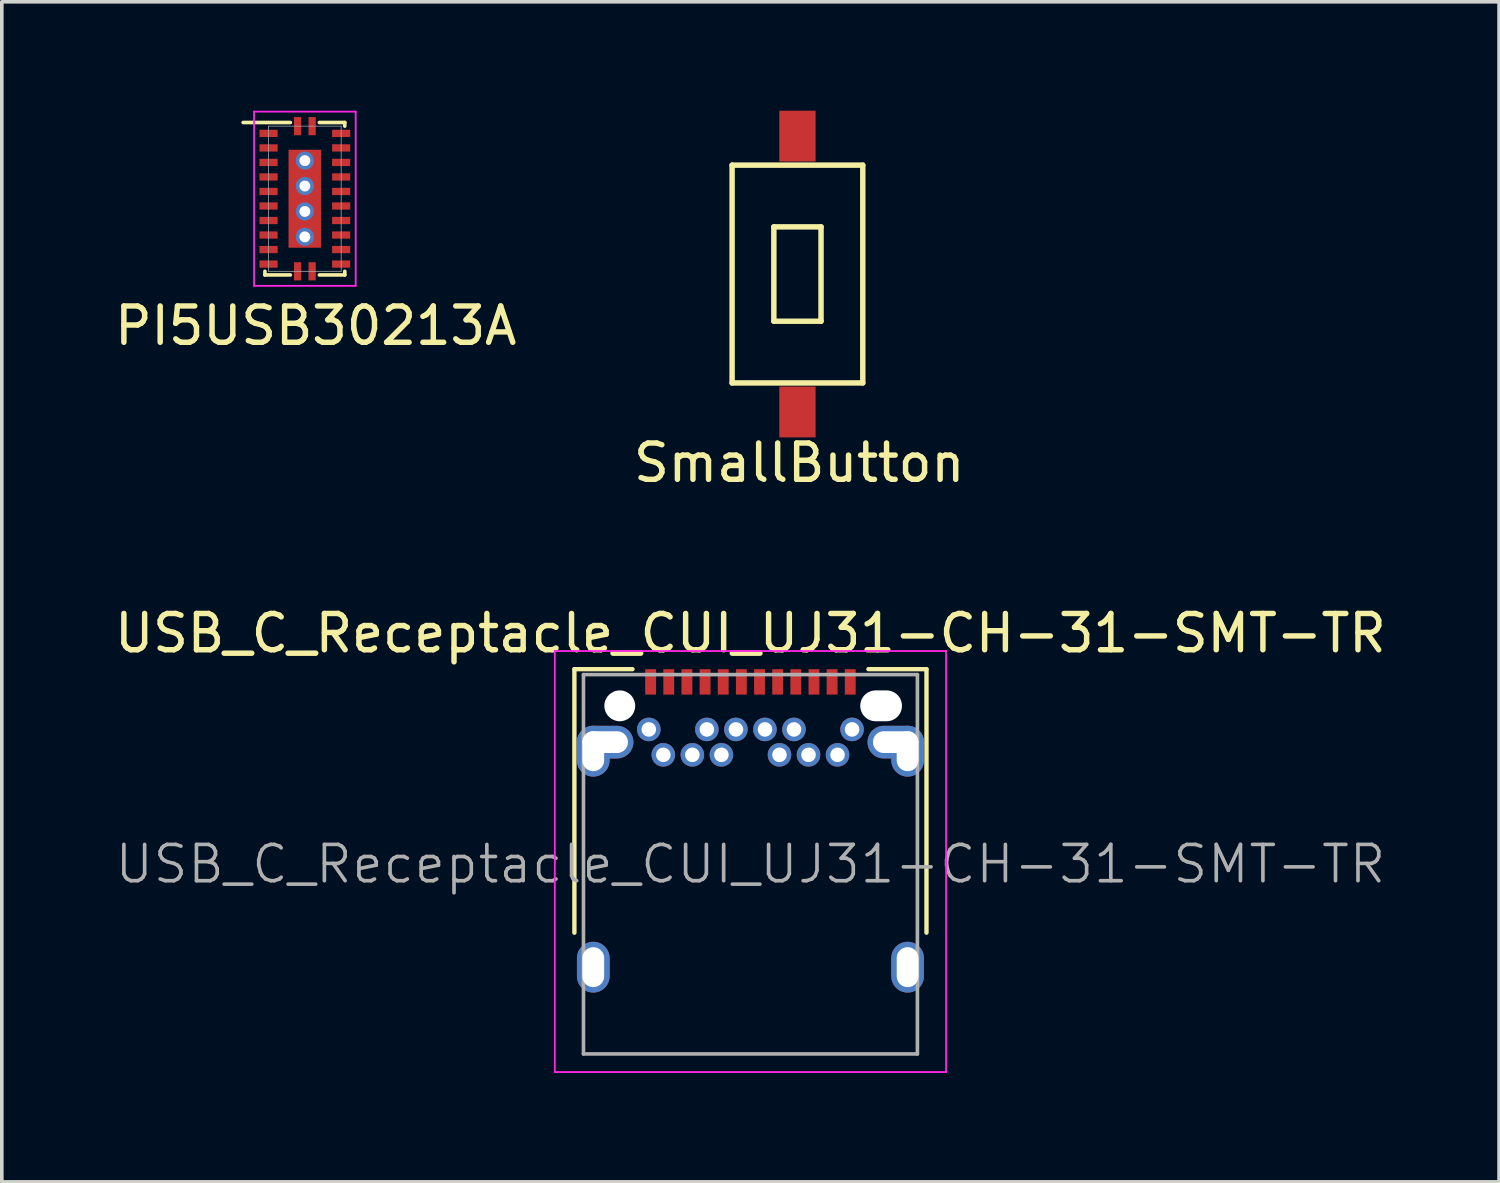
<source format=kicad_pcb>
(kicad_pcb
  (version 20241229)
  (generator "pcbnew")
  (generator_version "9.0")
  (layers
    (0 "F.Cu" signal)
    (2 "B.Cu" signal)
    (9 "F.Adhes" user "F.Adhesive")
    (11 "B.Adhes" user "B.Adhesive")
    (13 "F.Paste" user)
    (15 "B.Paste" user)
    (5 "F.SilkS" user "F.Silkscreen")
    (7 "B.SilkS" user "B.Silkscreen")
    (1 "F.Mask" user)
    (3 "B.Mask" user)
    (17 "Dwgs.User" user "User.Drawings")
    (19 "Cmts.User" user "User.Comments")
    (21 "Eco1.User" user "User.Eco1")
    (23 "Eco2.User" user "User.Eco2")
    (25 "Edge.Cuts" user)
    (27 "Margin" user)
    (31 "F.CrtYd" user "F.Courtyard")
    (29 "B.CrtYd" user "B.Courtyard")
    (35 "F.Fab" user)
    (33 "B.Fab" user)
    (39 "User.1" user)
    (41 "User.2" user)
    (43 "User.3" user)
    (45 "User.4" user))
  (footprint "USB_C_Receptacle_CUI_UJ31-CH-31-SMT-TR"
    (layer "F.Cu")
    (at 17.625 16.396)
    (property "Reference" "USB_C_Receptacle_CUI_UJ31-CH-31-SMT-TR" (at 0 -2 0) (layer "F.SilkS") (effects (font (size 1 1) (thickness 0.15))))
    (attr smd)
    (fp_line (start -4.85 -1.01) (end -4.85 6.25) (stroke (width 0.12) (type solid)) (layer "F.SilkS"))
    (fp_line (start -4.85 -1.01) (end -3.25 -1.01) (stroke (width 0.12) (type solid)) (layer "F.SilkS"))
    (fp_line (start 3.25 -1.01) (end 4.85 -1.01) (stroke (width 0.12) (type solid)) (layer "F.SilkS"))
    (fp_line (start 4.85 -1.01) (end 4.85 6.25) (stroke (width 0.12) (type solid)) (layer "F.SilkS"))
    (fp_line (start -5.39 -1.51) (end 5.39 -1.51) (stroke (width 0.05) (type solid)) (layer "F.CrtYd"))
    (fp_line (start -5.39 10.09) (end -5.39 -1.51) (stroke (width 0.05) (type solid)) (layer "F.CrtYd"))
    (fp_line (start 5.39 -1.51) (end 5.39 10.09) (stroke (width 0.05) (type solid)) (layer "F.CrtYd"))
    (fp_line (start 5.39 10.09) (end -5.39 10.09) (stroke (width 0.05) (type solid)) (layer "F.CrtYd"))
    (fp_line (start -4.6 -0.86) (end 4.6 -0.86) (stroke (width 0.1) (type solid)) (layer "F.Fab"))
    (fp_line (start -4.6 9.59) (end -4.6 -0.86) (stroke (width 0.1) (type solid)) (layer "F.Fab"))
    (fp_line (start -4.6 9.59) (end 4.6 9.59) (stroke (width 0.1) (type solid)) (layer "F.Fab"))
    (fp_line (start 4.6 9.59) (end 4.6 -0.86) (stroke (width 0.1) (type solid)) (layer "F.Fab"))
    (fp_text user "${REFERENCE}" (at 0 4.36 0) (layer "F.Fab") (effects (font (size 1 1) (thickness 0.1))))
    (pad "" np_thru_hole circle (at -3.6 0) (size 0.85 0.85) (drill 0.85) (layers "*.Cu" "*.Mask"))
    (pad "" np_thru_hole oval (at 3.6 0) (size 1.15 0.85) (drill oval 1.15 0.85) (layers "*.Cu" "*.Mask"))
    (pad "A1" smd rect (at -2.75 -0.66) (size 0.3 0.7) (layers "F.Cu" "F.Mask" "F.Paste"))
    (pad "A2" smd rect (at -2.25 -0.66) (size 0.3 0.7) (layers "F.Cu" "F.Mask" "F.Paste"))
    (pad "A3" smd rect (at -1.75 -0.66) (size 0.3 0.7) (layers "F.Cu" "F.Mask" "F.Paste"))
    (pad "A4" smd rect (at -1.25 -0.66) (size 0.3 0.7) (layers "F.Cu" "F.Mask" "F.Paste"))
    (pad "A5" smd rect (at -0.75 -0.66) (size 0.3 0.7) (layers "F.Cu" "F.Mask" "F.Paste"))
    (pad "A6" smd rect (at -0.25 -0.66) (size 0.3 0.7) (layers "F.Cu" "F.Mask" "F.Paste"))
    (pad "A7" smd rect (at 0.25 -0.66) (size 0.3 0.7) (layers "F.Cu" "F.Mask" "F.Paste"))
    (pad "A8" smd rect (at 0.75 -0.66) (size 0.3 0.7) (layers "F.Cu" "F.Mask" "F.Paste"))
    (pad "A9" smd rect (at 1.25 -0.66) (size 0.3 0.7) (layers "F.Cu" "F.Mask" "F.Paste"))
    (pad "A10" smd rect (at 1.75 -0.66) (size 0.3 0.7) (layers "F.Cu" "F.Mask" "F.Paste"))
    (pad "A11" smd rect (at 2.25 -0.66) (size 0.3 0.7) (layers "F.Cu" "F.Mask" "F.Paste"))
    (pad "A12" smd rect (at 2.75 -0.66) (size 0.3 0.7) (layers "F.Cu" "F.Mask" "F.Paste"))
    (pad "B1" thru_hole circle (at 2.8 0.65) (size 0.65 0.65) (drill 0.4) (layers "*.Cu" "*.Mask"))
    (pad "B2" thru_hole circle (at 2.4 1.35) (size 0.65 0.65) (drill 0.4) (layers "*.Cu" "*.Mask"))
    (pad "B3" thru_hole circle (at 1.6 1.35) (size 0.65 0.65) (drill 0.4) (layers "*.Cu" "*.Mask"))
    (pad "B4" thru_hole circle (at 1.2 0.65) (size 0.65 0.65) (drill 0.4) (layers "*.Cu" "*.Mask"))
    (pad "B5" thru_hole circle (at 0.8 1.35) (size 0.65 0.65) (drill 0.4) (layers "*.Cu" "*.Mask"))
    (pad "B6" thru_hole circle (at 0.4 0.65) (size 0.65 0.65) (drill 0.4) (layers "*.Cu" "*.Mask"))
    (pad "B7" thru_hole circle (at -0.4 0.65) (size 0.65 0.65) (drill 0.4) (layers "*.Cu" "*.Mask"))
    (pad "B8" thru_hole circle (at -0.8 1.35) (size 0.65 0.65) (drill 0.4) (layers "*.Cu" "*.Mask"))
    (pad "B9" thru_hole circle (at -1.2 0.65) (size 0.65 0.65) (drill 0.4) (layers "*.Cu" "*.Mask"))
    (pad "B10" thru_hole circle (at -1.6 1.35) (size 0.65 0.65) (drill 0.4) (layers "*.Cu" "*.Mask"))
    (pad "B11" thru_hole circle (at -2.4 1.35) (size 0.65 0.65) (drill 0.4) (layers "*.Cu" "*.Mask"))
    (pad "B12" thru_hole circle (at -2.8 0.65) (size 0.65 0.65) (drill 0.4) (layers "*.Cu" "*.Mask"))
    (pad "S1" thru_hole oval (at -4.33 1.25) (size 0.9 1.4) (drill oval 0.6 1.1) (layers "*.Cu" "*.Mask"))
    (pad "S1" thru_hole oval (at -4.33 7.2) (size 0.9 1.4) (drill oval 0.6 1.1) (layers "*.Cu" "*.Mask"))
    (pad "S1" thru_hole oval (at -4 1) (size 1.55 0.9) (drill oval 1.25 0.6) (layers "*.Cu" "*.Mask"))
    (pad "S1" thru_hole oval (at 4 1) (size 1.55 0.9) (drill oval 1.25 0.6) (layers "*.Cu" "*.Mask"))
    (pad "S1" thru_hole oval (at 4.33 1.25) (size 0.9 1.4) (drill oval 0.6 1.1) (layers "*.Cu" "*.Mask"))
    (pad "S1" thru_hole oval (at 4.33 7.2) (size 0.9 1.4) (drill oval 0.6 1.1) (layers "*.Cu" "*.Mask")))
  (footprint "PI5USB30213A"
    (layer "F.Cu")
    (at 5.349 2.425)
    (property "Reference" "PI5USB30213A" (at 0.3 3.5 0) (layer "F.SilkS") (effects (font (size 1 1) (thickness 0.15))))
    (attr through_hole)
    (fp_line (start -1.7 -2.1) (end -0.4 -2.1) (stroke (width 0.1) (type solid)) (layer "F.SilkS"))
    (fp_line (start -1.1 2.1) (end -1.1 2) (stroke (width 0.1) (type solid)) (layer "F.SilkS"))
    (fp_line (start -0.4 2.1) (end -1.1 2.1) (stroke (width 0.1) (type solid)) (layer "F.SilkS"))
    (fp_line (start 0.4 -2.1) (end 1.1 -2.1) (stroke (width 0.1) (type solid)) (layer "F.SilkS"))
    (fp_line (start 1.1 -2.1) (end 1.1 -2) (stroke (width 0.1) (type solid)) (layer "F.SilkS"))
    (fp_line (start 1.1 2) (end 1.1 2.1) (stroke (width 0.1) (type solid)) (layer "F.SilkS"))
    (fp_line (start 1.1 2.1) (end 0.4 2.1) (stroke (width 0.1) (type solid)) (layer "F.SilkS"))
    (fp_line (start -1.4 -2.4) (end 1.4 -2.4) (stroke (width 0.05) (type solid)) (layer "F.CrtYd"))
    (fp_line (start -1.4 2.4) (end -1.4 -2.4) (stroke (width 0.05) (type solid)) (layer "F.CrtYd"))
    (fp_line (start 1.4 -2.4) (end 1.4 2.4) (stroke (width 0.05) (type solid)) (layer "F.CrtYd"))
    (fp_line (start 1.4 2.4) (end -1.4 2.4) (stroke (width 0.05) (type solid)) (layer "F.CrtYd"))
    (fp_line (start -1 -2) (end 1 -2) (stroke (width 0.02) (type solid)) (layer "F.Fab"))
    (fp_line (start -1 2) (end -1 -2) (stroke (width 0.02) (type solid)) (layer "F.Fab"))
    (fp_line (start 1 -2) (end 1 2) (stroke (width 0.02) (type solid)) (layer "F.Fab"))
    (fp_line (start 1 2) (end -1 2) (stroke (width 0.02) (type solid)) (layer "F.Fab"))
    (pad "1" smd rect (at -1 -1.8) (size 0.5 0.2) (layers "F.Cu" "F.Mask" "F.Paste"))
    (pad "2" smd rect (at -1 -1.4) (size 0.5 0.2) (layers "F.Cu" "F.Mask" "F.Paste"))
    (pad "3" smd rect (at -1 -1) (size 0.5 0.2) (layers "F.Cu" "F.Mask" "F.Paste"))
    (pad "4" smd rect (at -1 -0.6) (size 0.5 0.2) (layers "F.Cu" "F.Mask" "F.Paste"))
    (pad "5" smd rect (at -1 -0.2) (size 0.5 0.2) (layers "F.Cu" "F.Mask" "F.Paste"))
    (pad "6" smd rect (at -1 0.2) (size 0.5 0.2) (layers "F.Cu" "F.Mask" "F.Paste"))
    (pad "7" smd rect (at -1 0.6) (size 0.5 0.2) (layers "F.Cu" "F.Mask" "F.Paste"))
    (pad "8" smd rect (at -1 1) (size 0.5 0.2) (layers "F.Cu" "F.Mask" "F.Paste"))
    (pad "9" smd rect (at -1 1.4) (size 0.5 0.2) (layers "F.Cu" "F.Mask" "F.Paste"))
    (pad "10" smd rect (at -1 1.8) (size 0.5 0.2) (layers "F.Cu" "F.Mask" "F.Paste"))
    (pad "11" smd rect (at -0.2 2) (size 0.2 0.5) (layers "F.Cu" "F.Mask" "F.Paste"))
    (pad "12" smd rect (at 0.2 2) (size 0.2 0.5) (layers "F.Cu" "F.Mask" "F.Paste"))
    (pad "13" smd rect (at 1 1.8) (size 0.5 0.2) (layers "F.Cu" "F.Mask" "F.Paste"))
    (pad "14" smd rect (at 1 1.4) (size 0.5 0.2) (layers "F.Cu" "F.Mask" "F.Paste"))
    (pad "15" smd rect (at 1 1) (size 0.5 0.2) (layers "F.Cu" "F.Mask" "F.Paste"))
    (pad "16" smd rect (at 1 0.6) (size 0.5 0.2) (layers "F.Cu" "F.Mask" "F.Paste"))
    (pad "17" smd rect (at 1 0.2) (size 0.5 0.2) (layers "F.Cu" "F.Mask" "F.Paste"))
    (pad "18" smd rect (at 1 -0.2) (size 0.5 0.2) (layers "F.Cu" "F.Mask" "F.Paste"))
    (pad "19" smd rect (at 1 -0.6) (size 0.5 0.2) (layers "F.Cu" "F.Mask" "F.Paste"))
    (pad "20" smd rect (at 1 -1) (size 0.5 0.2) (layers "F.Cu" "F.Mask" "F.Paste"))
    (pad "21" smd rect (at 1 -1.4) (size 0.5 0.2) (layers "F.Cu" "F.Mask" "F.Paste"))
    (pad "22" smd rect (at 1 -1.8) (size 0.5 0.2) (layers "F.Cu" "F.Mask" "F.Paste"))
    (pad "23" smd rect (at 0.2 -2) (size 0.2 0.5) (layers "F.Cu" "F.Mask" "F.Paste"))
    (pad "24" smd rect (at -0.2 -2) (size 0.2 0.5) (layers "F.Cu" "F.Mask" "F.Paste"))
    (pad "PAD" smd rect (at -0.225 -1.125) (size 0.3 0.3) (layers "F.Cu" "F.Paste"))
    (pad "PAD" smd rect (at -0.225 -0.675) (size 0.3 0.3) (layers "F.Cu" "F.Paste"))
    (pad "PAD" smd rect (at -0.225 -0.225) (size 0.3 0.3) (layers "F.Cu" "F.Paste"))
    (pad "PAD" smd rect (at -0.225 0.225) (size 0.3 0.3) (layers "F.Cu" "F.Paste"))
    (pad "PAD" smd rect (at -0.225 0.675) (size 0.3 0.3) (layers "F.Cu" "F.Paste"))
    (pad "PAD" smd rect (at -0.225 1.125) (size 0.3 0.3) (layers "F.Cu" "F.Paste"))
    (pad "PAD" thru_hole circle (at 0 -1.05) (size 0.5 0.5) (drill 0.3) (layers "*.Cu" "*.Mask"))
    (pad "PAD" thru_hole circle (at 0 -0.35) (size 0.5 0.5) (drill 0.3) (layers "*.Cu" "*.Mask"))
    (pad "PAD" smd rect (at 0 0) (size 0.9 2.7) (layers "F.Cu" "F.Mask"))
    (pad "PAD" thru_hole circle (at 0 0.35) (size 0.5 0.5) (drill 0.3) (layers "*.Cu" "*.Mask"))
    (pad "PAD" thru_hole circle (at 0 1.05) (size 0.5 0.5) (drill 0.3) (layers "*.Cu" "*.Mask"))
    (pad "PAD" smd rect (at 0.22 -1.125) (size 0.3 0.3) (layers "F.Cu" "F.Paste"))
    (pad "PAD" smd rect (at 0.22 -0.675) (size 0.3 0.3) (layers "F.Cu" "F.Paste"))
    (pad "PAD" smd rect (at 0.22 -0.225) (size 0.3 0.3) (layers "F.Cu" "F.Paste"))
    (pad "PAD" smd rect (at 0.22 0.225) (size 0.3 0.3) (layers "F.Cu" "F.Paste"))
    (pad "PAD" smd rect (at 0.22 0.675) (size 0.3 0.3) (layers "F.Cu" "F.Paste"))
    (pad "PAD" smd rect (at 0.22 1.125) (size 0.3 0.3) (layers "F.Cu" "F.Paste")))
  (footprint "SmallButton"
    (layer "F.Cu")
    (at 18.92 4.5)
    (property "Reference" "SmallButton" (at 0.05 5.2 0) (layer "F.SilkS") (effects (font (size 1 1) (thickness 0.15))))
    (attr through_hole)
    (fp_line (start -1.8 -3) (end 1.8 -3) (stroke (width 0.15) (type solid)) (layer "F.SilkS"))
    (fp_line (start -1.8 3) (end -1.8 -3) (stroke (width 0.15) (type solid)) (layer "F.SilkS"))
    (fp_line (start -0.65 -1.3) (end 0.65 -1.3) (stroke (width 0.15) (type solid)) (layer "F.SilkS"))
    (fp_line (start -0.65 1.3) (end -0.65 -1.3) (stroke (width 0.15) (type solid)) (layer "F.SilkS"))
    (fp_line (start 0.65 -1.3) (end 0.65 1.3) (stroke (width 0.15) (type solid)) (layer "F.SilkS"))
    (fp_line (start 0.65 1.3) (end -0.65 1.3) (stroke (width 0.15) (type solid)) (layer "F.SilkS"))
    (fp_line (start 1.8 -3) (end 1.8 3) (stroke (width 0.15) (type solid)) (layer "F.SilkS"))
    (fp_line (start 1.8 3) (end -1.8 3) (stroke (width 0.15) (type solid)) (layer "F.SilkS"))
    (pad "1" smd rect (at 0 -3.8) (size 1 1.4) (layers "F.Cu" "F.Mask" "F.Paste"))
    (pad "2" smd rect (at 0 3.8) (size 1 1.4) (layers "F.Cu" "F.Mask" "F.Paste")))
  (gr_rect
    (start -3 -3)
    (end 38.25 29.512)
    (stroke (width 0.1) (type default))
    (fill no)
    (layer "Edge.Cuts")))
</source>
